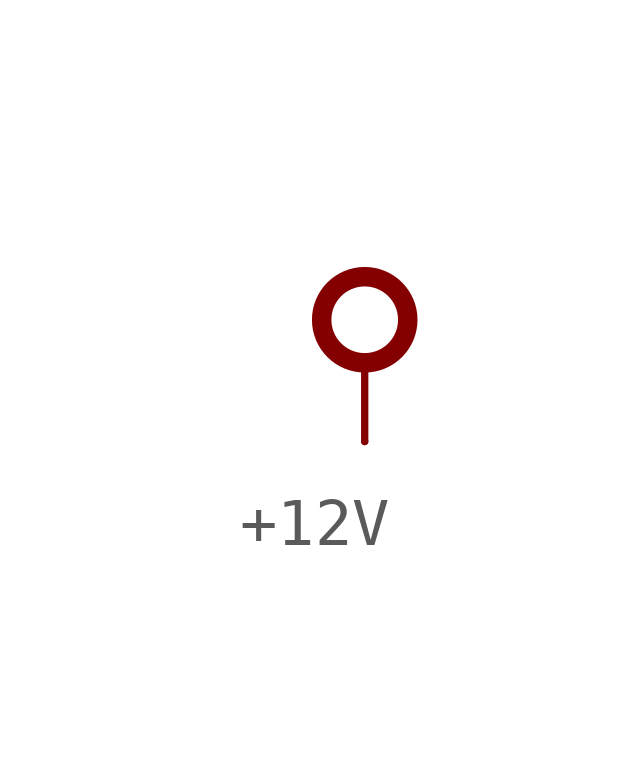
<source format=kicad_sym>
(kicad_symbol_lib
  (version 20231120)
  (generator "kicad_symbol_editor")
  (generator_version "8.0")
  (symbol "+12V"
    (power)
    (property "Reference" "#V"
      (at 0 0 0)
      (effects (font (size 1.27 1.27)) (hide yes)))
    (property "Value" ""
      (at -3.175 1.587 0)
      (effects (font (size 1.778 1.511)) (justify left bottom)))
    (property "ki_locked" ""
      (at 0 0 0)
      (effects (font (size 1.27 1.27))))
    (symbol "+12V_1_0"
      (polyline (pts (xy 0 -2.54) (xy 0 -0.953)) (stroke (width 0.152) (type solid)) (fill (type none)))
      (circle (center 0 -0.0001) (radius 0.898) (stroke (width 0.406) (type solid)) (fill (type none)))
      (pin power_in line (at 0 -2.54 90) (length 0) (name "+12V" (effects (font (size 0 0)))) (number "1" (effects (font (size 0 0))))))))
</source>
